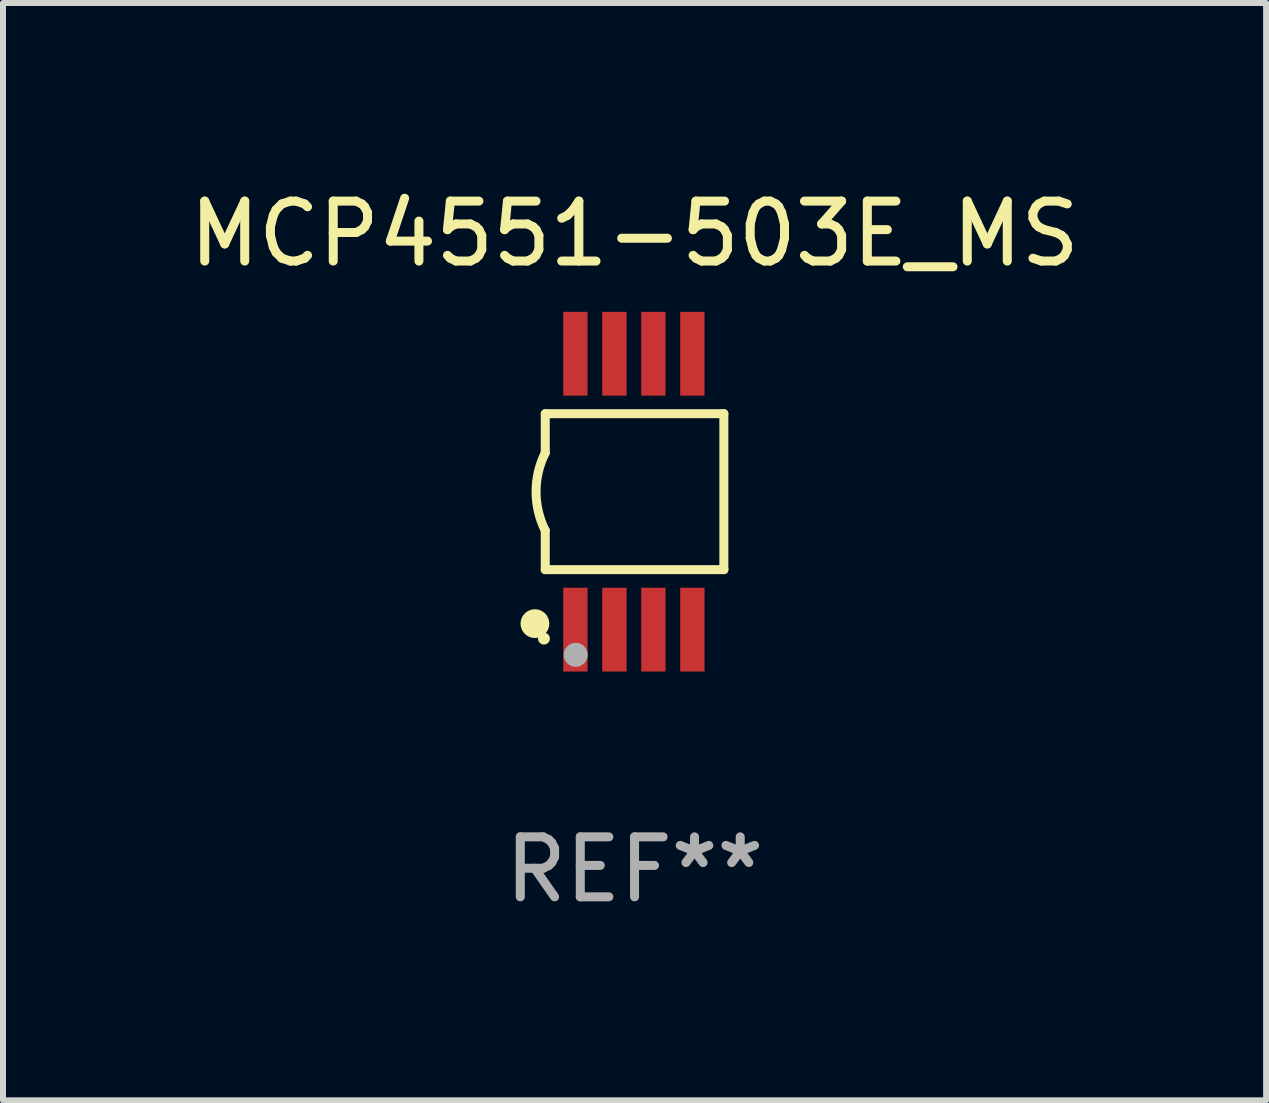
<source format=kicad_pcb>
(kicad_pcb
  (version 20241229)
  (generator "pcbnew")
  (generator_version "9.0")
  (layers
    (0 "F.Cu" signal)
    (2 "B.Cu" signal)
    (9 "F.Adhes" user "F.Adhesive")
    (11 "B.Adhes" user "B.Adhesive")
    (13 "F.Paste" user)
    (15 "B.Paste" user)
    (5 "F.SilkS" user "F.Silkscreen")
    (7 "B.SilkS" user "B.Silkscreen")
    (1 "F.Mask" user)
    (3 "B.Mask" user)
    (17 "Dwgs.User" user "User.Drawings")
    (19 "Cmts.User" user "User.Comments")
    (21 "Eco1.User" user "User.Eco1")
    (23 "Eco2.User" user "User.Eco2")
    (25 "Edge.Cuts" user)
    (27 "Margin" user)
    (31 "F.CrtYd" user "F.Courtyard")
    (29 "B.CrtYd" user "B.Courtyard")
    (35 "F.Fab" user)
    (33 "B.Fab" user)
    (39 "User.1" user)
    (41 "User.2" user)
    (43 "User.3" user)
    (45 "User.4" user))
  (footprint "MCP4551-503E_MS"
    (layer "F.Cu")
    (at 7.53 5.148)
    (property "Reference" "MCP4551-503E_MS" (at 0 -4.3 0) (layer "F.SilkS") (effects (font (size 1 1) (thickness 0.15))))
    (attr through_hole)
    (fp_line (start -1.489 -1.3) (end -1.489 -0.648) (stroke (width 0.15) (type solid)) (layer "F.SilkS"))
    (fp_line (start -1.489 0.648) (end -1.489 1.3) (stroke (width 0.15) (type solid)) (layer "F.SilkS"))
    (fp_line (start -1.489 1.3) (end 1.489 1.3) (stroke (width 0.15) (type solid)) (layer "F.SilkS"))
    (fp_line (start 1.489 -1.3) (end -1.489 -1.3) (stroke (width 0.15) (type solid)) (layer "F.SilkS"))
    (fp_line (start 1.489 1.3) (end 1.489 -1.3) (stroke (width 0.15) (type solid)) (layer "F.SilkS"))
    (fp_arc (start -1.489205 0.647702) (mid -1.642107 0) (end -1.489205 -0.647701) (stroke (width 0.150013) (type solid)) (layer "F.SilkS"))
    (fp_circle (center -1.661 2.2) (end -1.541 2.2) (stroke (width 0.24) (type solid)) (fill no) (layer "F.SilkS"))
    (fp_circle (center -1.511 2.45) (end -1.461 2.45) (stroke (width 0.1) (type solid)) (fill no) (layer "F.SilkS"))
    (fp_circle (center -0.981 2.72) (end -0.881 2.72) (stroke (width 0.2) (type solid)) (fill no) (layer "F.Fab"))
    (fp_text user "REF**" (at 0 6.3 0) (layer "F.Fab") (effects (font (size 1 1) (thickness 0.15))))
    (pad "1" smd rect (at -0.986 2.3) (size 0.406 1.397) (layers "F.Cu" "F.Mask" "F.Paste"))
    (pad "2" smd rect (at -0.336 2.3) (size 0.406 1.397) (layers "F.Cu" "F.Mask" "F.Paste"))
    (pad "3" smd rect (at 0.314 2.3) (size 0.406 1.397) (layers "F.Cu" "F.Mask" "F.Paste"))
    (pad "4" smd rect (at 0.964 2.3) (size 0.406 1.397) (layers "F.Cu" "F.Mask" "F.Paste"))
    (pad "5" smd rect (at 0.964 -2.3) (size 0.406 1.397) (layers "F.Cu" "F.Mask" "F.Paste"))
    (pad "6" smd rect (at 0.314 -2.3) (size 0.406 1.397) (layers "F.Cu" "F.Mask" "F.Paste"))
    (pad "7" smd rect (at -0.336 -2.3) (size 0.406 1.397) (layers "F.Cu" "F.Mask" "F.Paste"))
    (pad "8" smd rect (at -0.986 -2.3) (size 0.406 1.397) (layers "F.Cu" "F.Mask" "F.Paste")))
  (gr_rect
    (start -3 -3)
    (end 18.06 15.296)
    (stroke (width 0.1) (type default))
    (fill no)
    (layer "Edge.Cuts")))
</source>
